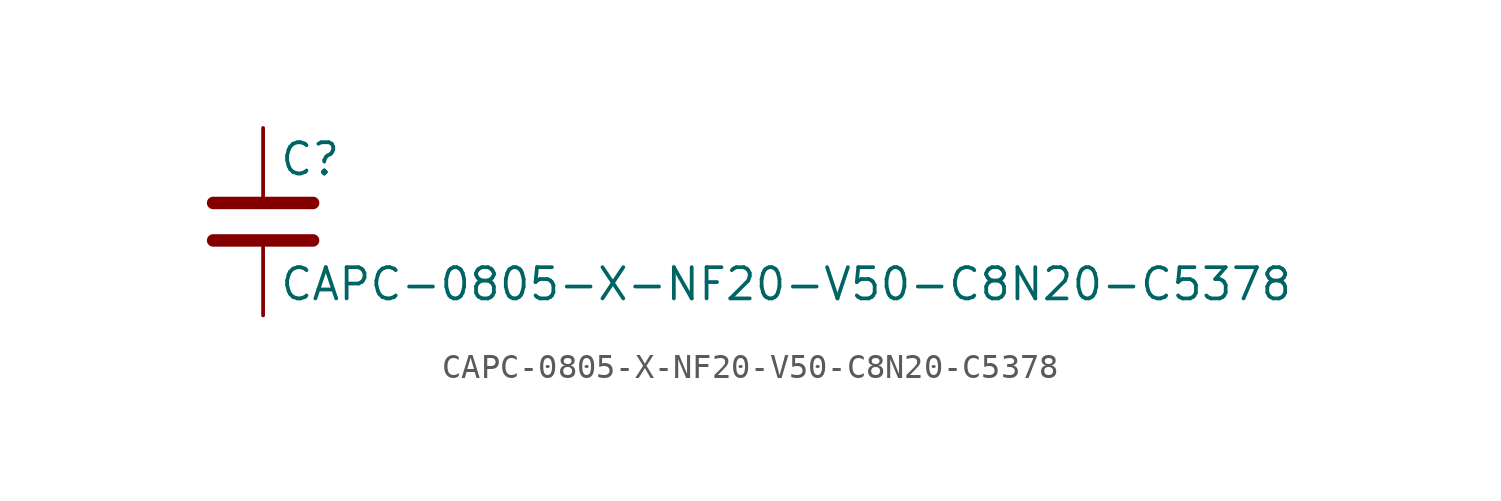
<source format=kicad_sym>
(kicad_symbol_lib
  (version 20211014)
  (generator kicad_symbol_editor)
  (symbol "CAPC-0805-X-NF20-V50-C8N20-C5378"
    (pin_numbers hide)
    (pin_names
      (offset 0.254))
    (property "Reference" "C"
      (at 0.635 2.54 0)
      (effects (font (size 1.27 1.27)) (justify left)))
    (property "Value" "CAPC-0805-X-NF20-V50-C8N20-C5378"
      (at 0.635 -2.54 0)
      (effects (font (size 1.27 1.27)) (justify left)))
    (symbol "CAPC-0805-X-NF20-V50-C8N20-C5378_0_1"
      (polyline (pts (xy -2.032 -0.762) (xy 2.032 -0.762)) (stroke (width 0.508) (type default) (color 0 0 0 0)) (fill (type none)))
      (polyline (pts (xy -2.032 0.762) (xy 2.032 0.762)) (stroke (width 0.508) (type default) (color 0 0 0 0)) (fill (type none))))
    (symbol "CAPC-0805-X-NF20-V50-C8N20-C5378_1_1"
      (pin passive line (at 0 3.81 270) (length 2.794) (name "~" (effects (font (size 1.27 1.27)))) (number "1" (effects (font (size 1.27 1.27)))))
      (pin passive line (at 0 -3.81 90) (length 2.794) (name "~" (effects (font (size 1.27 1.27)))) (number "2" (effects (font (size 1.27 1.27))))))))
</source>
